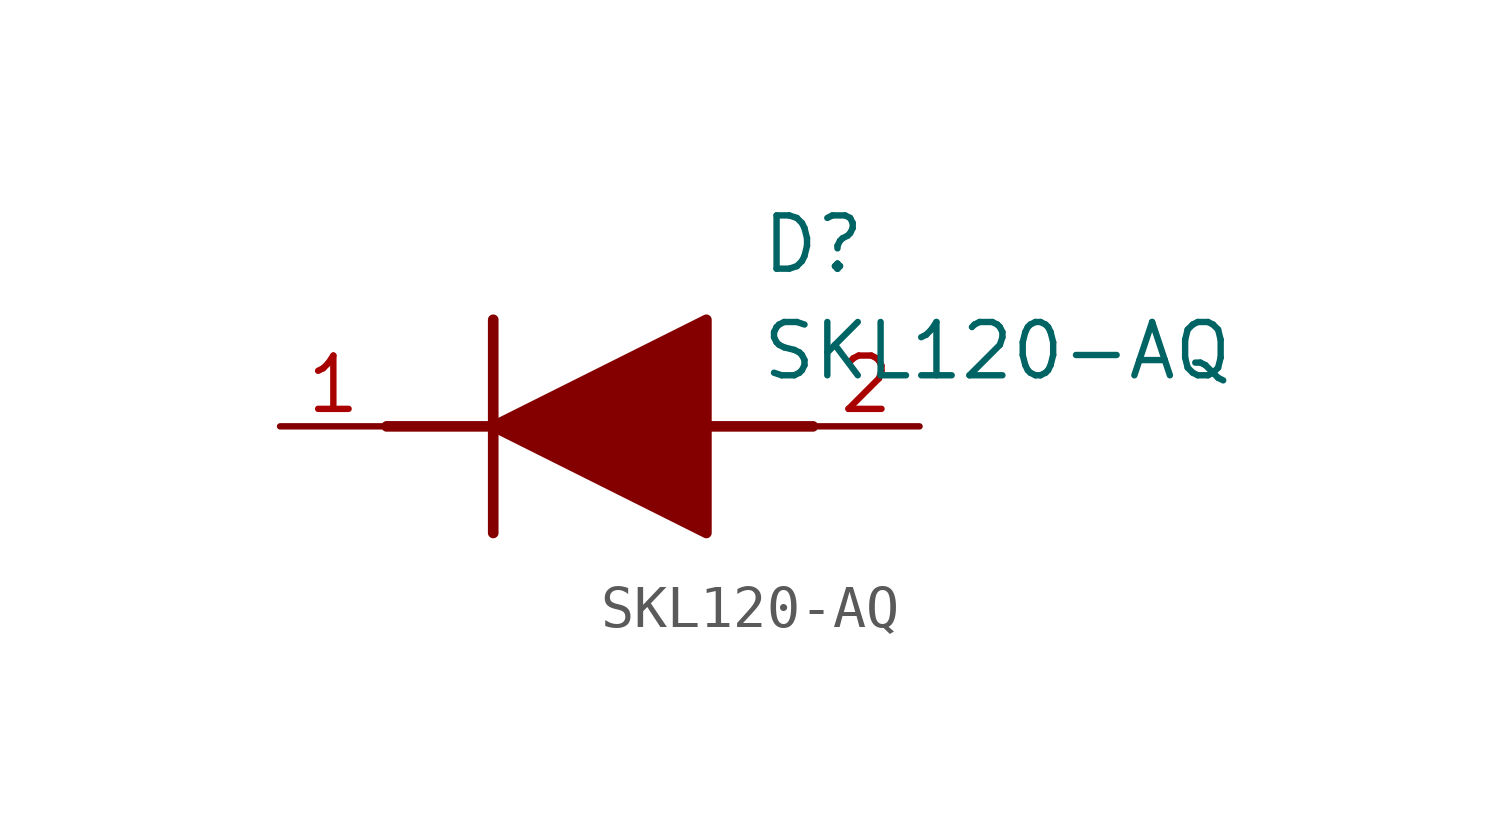
<source format=kicad_sym>
(kicad_symbol_lib
  (version 20211014)
  (generator SamacSys_ECAD_Model)
  (symbol "SKL120-AQ"
    (pin_names hide)
    (property "Reference" "D"
      (at 11.43 5.08 0)
      (effects (font (size 1.27 1.27)) (justify left top)))
    (property "Value" "SKL120-AQ"
      (at 11.43 2.54 0)
      (effects (font (size 1.27 1.27)) (justify left top)))
    (polyline
      (pts (xy 5.08 2.54) (xy 5.08 -2.54))
      (stroke (width 0.254) (type default))
      (fill (type none)))
    (polyline
      (pts (xy 2.54 0) (xy 5.08 0))
      (stroke (width 0.254) (type default))
      (fill (type none)))
    (polyline
      (pts (xy 10.16 0) (xy 12.7 0))
      (stroke (width 0.254) (type default))
      (fill (type none)))
    (polyline
      (pts (xy 5.08 0) (xy 10.16 2.54) (xy 10.16 -2.54) (xy 5.08 0))
      (stroke (width 0.254) (type default))
      (fill (type outline)))
    (pin passive line
      (at 0 0 0)
      (length 2.54)
      (name "K" (effects (font (size 1.27 1.27))))
      (number "1" (effects (font (size 1.27 1.27)))))
    (pin passive line
      (at 15.24 0 180)
      (length 2.54)
      (name "A" (effects (font (size 1.27 1.27))))
      (number "2" (effects (font (size 1.27 1.27)))))))
</source>
